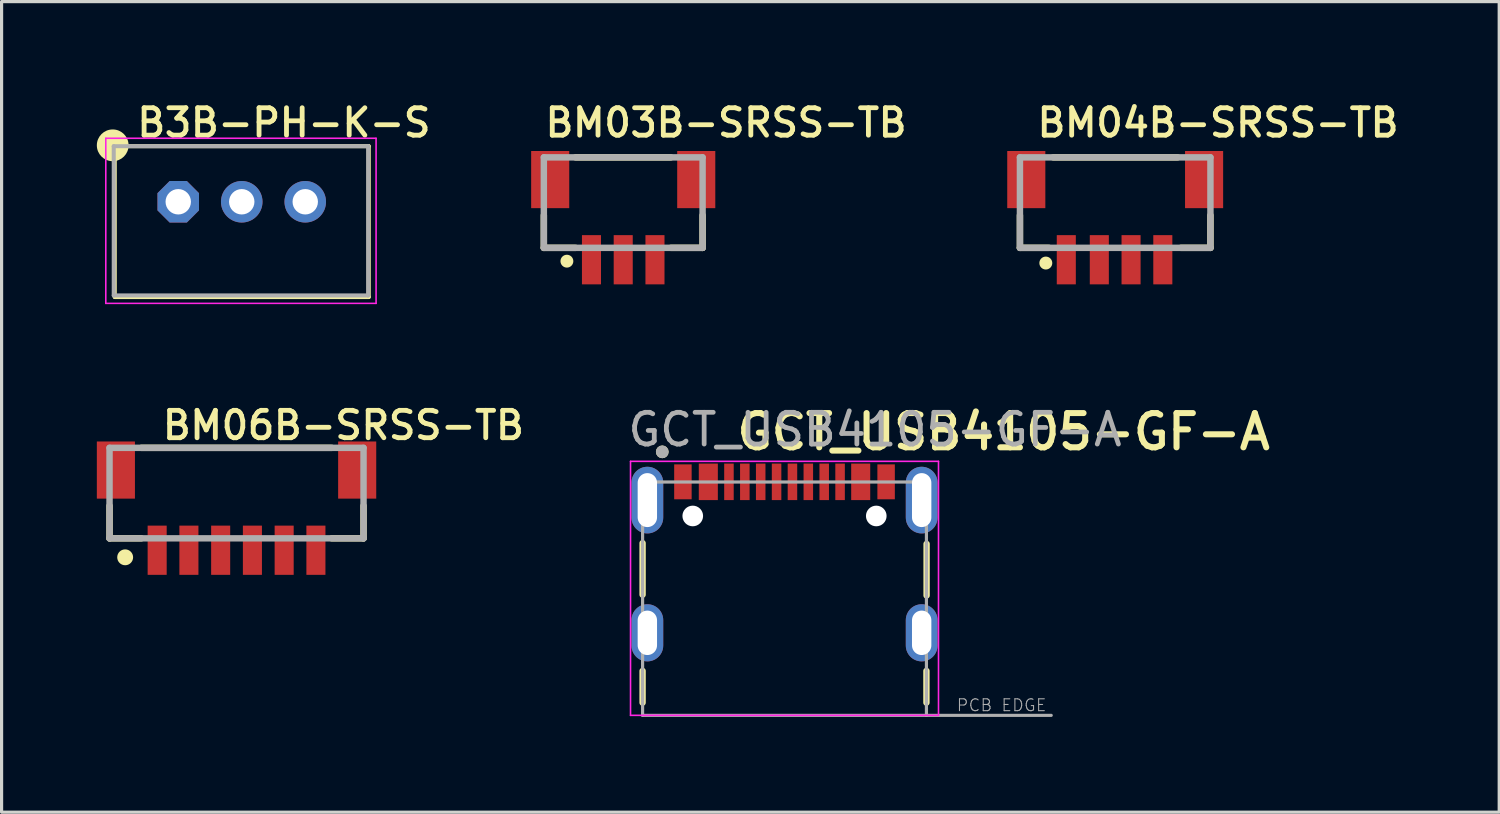
<source format=kicad_pcb>
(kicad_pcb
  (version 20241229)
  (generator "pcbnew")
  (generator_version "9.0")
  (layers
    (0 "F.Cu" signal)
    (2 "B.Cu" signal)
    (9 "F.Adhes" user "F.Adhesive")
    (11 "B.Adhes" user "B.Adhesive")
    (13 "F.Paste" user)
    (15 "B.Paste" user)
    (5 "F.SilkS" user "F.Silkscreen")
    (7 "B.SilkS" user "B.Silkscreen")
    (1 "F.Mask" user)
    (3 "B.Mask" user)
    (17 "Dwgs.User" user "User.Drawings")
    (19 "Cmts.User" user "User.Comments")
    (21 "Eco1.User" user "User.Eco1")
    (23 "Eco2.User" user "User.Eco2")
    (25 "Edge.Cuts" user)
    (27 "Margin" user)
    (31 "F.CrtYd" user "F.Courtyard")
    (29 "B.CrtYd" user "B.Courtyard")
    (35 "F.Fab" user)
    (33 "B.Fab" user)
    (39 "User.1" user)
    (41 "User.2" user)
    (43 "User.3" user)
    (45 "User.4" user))
  (footprint "BM04B-SRSS-TB"
    (layer "F.Cu")
    (at 32.074 5.131)
    (property "Reference" "BM04B-SRSS-TB" (at -2.54 -3.81 0) (unlocked yes) (layer "F.SilkS") (effects (font (size 0.864 0.864) (thickness 0.152)) (justify left bottom)))
    (fp_line (start -3 -0.375) (end -3 -1.4) (stroke (width 0.203) (type solid)) (layer "F.SilkS"))
    (fp_line (start -2.085 -0.375) (end -3 -0.375) (stroke (width 0.203) (type solid)) (layer "F.SilkS"))
    (fp_line (start -1.95 -3.225) (end 1.965 -3.225) (stroke (width 0.203) (type solid)) (layer "F.SilkS"))
    (fp_line (start 3 -1.4) (end 3 -0.375) (stroke (width 0.203) (type solid)) (layer "F.SilkS"))
    (fp_line (start 3 -0.375) (end 2.068 -0.375) (stroke (width 0.203) (type solid)) (layer "F.SilkS"))
    (fp_circle (center -2.185 0.104) (end -2.083 0.104) (stroke (width 0.203) (type solid)) (fill yes) (layer "F.SilkS"))
    (fp_line (start -3 -3.225) (end 3 -3.225) (stroke (width 0.203) (type solid)) (layer "F.Fab"))
    (fp_line (start -3 -0.375) (end -3 -3.225) (stroke (width 0.203) (type solid)) (layer "F.Fab"))
    (fp_line (start 3 -3.225) (end 3 -0.375) (stroke (width 0.203) (type solid)) (layer "F.Fab"))
    (fp_line (start 3 -0.375) (end -3 -0.375) (stroke (width 0.203) (type solid)) (layer "F.Fab"))
    (pad "0" smd rect (at -2.8 -2.525) (size 1.2 1.8) (layers "F.Cu" "F.Mask" "F.Paste"))
    (pad "1" smd rect (at -1.54 0) (size 0.6 1.55) (layers "F.Cu" "F.Mask" "F.Paste"))
    (pad "2" smd rect (at -0.5 0) (size 0.6 1.55) (layers "F.Cu" "F.Mask" "F.Paste"))
    (pad "3" smd rect (at 0.5 0) (size 0.6 1.55) (layers "F.Cu" "F.Mask" "F.Paste"))
    (pad "4" smd rect (at 1.5 0) (size 0.6 1.55) (layers "F.Cu" "F.Mask" "F.Paste"))
    (pad "5" smd rect (at 2.8 -2.525) (size 1.2 1.8) (layers "F.Cu" "F.Mask" "F.Paste")))
  (footprint "BM06B-SRSS-TB"
    (layer "F.Cu")
    (at 4.4 14.28)
    (property "Reference" "BM06B-SRSS-TB" (at -2.413 -3.429 0) (unlocked yes) (layer "F.SilkS") (effects (font (size 0.864 0.864) (thickness 0.152)) (justify left bottom)))
    (fp_line (start -4 -0.375) (end -4 -1.4) (stroke (width 0.203) (type solid)) (layer "F.SilkS"))
    (fp_line (start -3 -3.225) (end 3 -3.225) (stroke (width 0.203) (type solid)) (layer "F.SilkS"))
    (fp_line (start -3 -0.375) (end -4 -0.375) (stroke (width 0.203) (type solid)) (layer "F.SilkS"))
    (fp_line (start 4 -1.4) (end 4 -0.375) (stroke (width 0.203) (type solid)) (layer "F.SilkS"))
    (fp_line (start 4 -0.375) (end 3 -0.375) (stroke (width 0.203) (type solid)) (layer "F.SilkS"))
    (fp_circle (center -3.508 0.223) (end -3.383 0.223) (stroke (width 0.25) (type solid)) (fill yes) (layer "F.SilkS"))
    (fp_line (start -4 -3.225) (end 4 -3.225) (stroke (width 0.203) (type solid)) (layer "F.Fab"))
    (fp_line (start -4 -0.375) (end -4 -3.225) (stroke (width 0.203) (type solid)) (layer "F.Fab"))
    (fp_line (start 4 -3.225) (end 4 -0.375) (stroke (width 0.203) (type solid)) (layer "F.Fab"))
    (fp_line (start 4 -0.375) (end -4 -0.375) (stroke (width 0.203) (type solid)) (layer "F.Fab"))
    (pad "0" smd rect (at -3.8 -2.525) (size 1.2 1.8) (layers "F.Cu" "F.Mask" "F.Paste"))
    (pad "1" smd rect (at -2.5 0) (size 0.6 1.55) (layers "F.Cu" "F.Mask" "F.Paste"))
    (pad "2" smd rect (at -1.5 0) (size 0.6 1.55) (layers "F.Cu" "F.Mask" "F.Paste"))
    (pad "3" smd rect (at -0.5 0) (size 0.6 1.55) (layers "F.Cu" "F.Mask" "F.Paste"))
    (pad "4" smd rect (at 0.5 0) (size 0.6 1.55) (layers "F.Cu" "F.Mask" "F.Paste"))
    (pad "5" smd rect (at 1.5 0) (size 0.6 1.55) (layers "F.Cu" "F.Mask" "F.Paste"))
    (pad "6" smd rect (at 2.5 0) (size 0.6 1.55) (layers "F.Cu" "F.Mask" "F.Paste"))
    (pad "7" smd rect (at 3.8 -2.525) (size 1.2 1.8) (layers "F.Cu" "F.Mask" "F.Paste")))
  (footprint "GCT_USB4105-GF-A"
    (layer "F.Cu")
    (at 21.659 16.881)
    (property "Reference" "GCT_USB4105-GF-A" (at -1.6 -5.7 0) (unlocked yes) (layer "F.SilkS") (effects (font (size 1.079 1.079) (thickness 0.191)) (justify left bottom)))
    (fp_line (start -4.47 -2.825) (end -4.47 -1.2) (stroke (width 0.2) (type solid)) (layer "F.SilkS"))
    (fp_line (start -4.47 1.2) (end -4.47 2.2) (stroke (width 0.2) (type solid)) (layer "F.SilkS"))
    (fp_line (start 4.47 2.2) (end 4.47 1.2) (stroke (width 0.2) (type solid)) (layer "F.SilkS"))
    (fp_line (start 4.475 -2.8) (end 4.475 -1.175) (stroke (width 0.2) (type solid)) (layer "F.SilkS"))
    (fp_circle (center -3.85 -5.7) (end -3.75 -5.7) (stroke (width 0.2) (type solid)) (fill no) (layer "F.SilkS"))
    (fp_line (start -4.85 -5.4) (end -4.85 2.6) (stroke (width 0.05) (type solid)) (layer "F.CrtYd"))
    (fp_line (start -4.85 2.6) (end 4.85 2.6) (stroke (width 0.05) (type solid)) (layer "F.CrtYd"))
    (fp_line (start 4.85 -5.4) (end -4.85 -5.4) (stroke (width 0.05) (type solid)) (layer "F.CrtYd"))
    (fp_line (start 4.85 2.6) (end 4.85 -5.4) (stroke (width 0.05) (type solid)) (layer "F.CrtYd"))
    (fp_line (start -4.47 -4.75) (end 4.47 -4.75) (stroke (width 0.1) (type solid)) (layer "F.Fab"))
    (fp_line (start -4.47 2.6) (end -4.47 -4.75) (stroke (width 0.1) (type solid)) (layer "F.Fab"))
    (fp_line (start 4.47 -4.75) (end 4.47 2.6) (stroke (width 0.1) (type solid)) (layer "F.Fab"))
    (fp_line (start 4.47 2.6) (end -4.47 2.6) (stroke (width 0.1) (type solid)) (layer "F.Fab"))
    (fp_line (start 4.47 2.6) (end 8.4 2.6) (stroke (width 0.1) (type solid)) (layer "F.Fab"))
    (fp_circle (center -3.85 -5.7) (end -3.75 -5.7) (stroke (width 0.2) (type solid)) (fill no) (layer "F.Fab"))
    (fp_text user "PCB EDGE" (at 5.4 2.5 0) (unlocked yes) (layer "F.Fab") (effects (font (size 0.374 0.374) (thickness 0.033)) (justify left bottom)))
    (fp_text user "${REFERENCE}" (at 2.85 -6.4 0) (layer "F.Fab") (effects (font (size 1 1) (thickness 0.15))))
    (pad "" np_thru_hole circle (at -2.89 -3.68) (size 0.65 0.65) (drill 0.65) (layers "*.Cu" "*.Mask"))
    (pad "" np_thru_hole circle (at 2.89 -3.68) (size 0.65 0.65) (drill 0.65) (layers "*.Cu" "*.Mask"))
    (pad "A1B12" smd rect (at -3.2 -4.755) (size 0.55 1.1) (layers "F.Cu" "F.Mask" "F.Paste"))
    (pad "A4B9" smd rect (at -2.4 -4.755) (size 0.6 1.15) (layers "F.Cu" "F.Mask" "F.Paste"))
    (pad "A5" smd rect (at -1.25 -4.755) (size 0.3 1.15) (layers "F.Cu" "F.Mask" "F.Paste"))
    (pad "A6" smd rect (at -0.25 -4.755) (size 0.3 1.15) (layers "F.Cu" "F.Mask" "F.Paste"))
    (pad "A7" smd rect (at 0.25 -4.755) (size 0.3 1.15) (layers "F.Cu" "F.Mask" "F.Paste"))
    (pad "A8" smd rect (at 1.25 -4.755) (size 0.3 1.15) (layers "F.Cu" "F.Mask" "F.Paste"))
    (pad "B1A12" smd rect (at 3.2 -4.755) (size 0.55 1.1) (layers "F.Cu" "F.Mask" "F.Paste"))
    (pad "B4A9" smd rect (at 2.4 -4.755) (size 0.6 1.15) (layers "F.Cu" "F.Mask" "F.Paste"))
    (pad "B5" smd rect (at 1.75 -4.755) (size 0.3 1.15) (layers "F.Cu" "F.Mask" "F.Paste"))
    (pad "B6" smd rect (at 0.75 -4.755) (size 0.3 1.15) (layers "F.Cu" "F.Mask" "F.Paste"))
    (pad "B7" smd rect (at -0.75 -4.755) (size 0.3 1.15) (layers "F.Cu" "F.Mask" "F.Paste"))
    (pad "B8" smd rect (at -1.75 -4.755) (size 0.3 1.15) (layers "F.Cu" "F.Mask" "F.Paste"))
    (pad "S1" thru_hole oval (at -4.32 -4.18) (size 1 2.1) (drill oval 0.61 1.7) (property pad_prop_heatsink) (layers "*.Cu" "*.Mask" "F.Paste"))
    (pad "S1" thru_hole oval (at -4.32 0) (size 1 1.8) (drill oval 0.61 1.4) (property pad_prop_heatsink) (layers "*.Cu" "*.Mask" "F.Paste"))
    (pad "S1" thru_hole oval (at 4.32 -4.18) (size 1 2.1) (drill oval 0.61 1.7) (property pad_prop_heatsink) (layers "*.Cu" "*.Mask" "F.Paste"))
    (pad "S1" thru_hole oval (at 4.32 0) (size 1 1.8) (drill oval 0.61 1.4) (property pad_prop_heatsink) (layers "*.Cu" "*.Mask" "F.Paste")))
  (footprint "B3B-PH-K-S"
    (layer "F.Cu")
    (at 4.564 3.305)
    (property "Reference" "B3B-PH-K-S" (at -3.381 -1.984 0) (unlocked yes) (layer "F.SilkS") (effects (font (size 0.864 0.864) (thickness 0.152)) (justify left bottom)))
    (fp_line (start -4 3) (end -4 -1.75) (stroke (width 0.127) (type solid)) (layer "F.SilkS"))
    (fp_line (start 4 -1.75) (end -4 -1.75) (stroke (width 0.127) (type solid)) (layer "F.SilkS"))
    (fp_line (start 4 -1.75) (end 4 3) (stroke (width 0.127) (type solid)) (layer "F.SilkS"))
    (fp_line (start 4 3) (end -4 3) (stroke (width 0.127) (type solid)) (layer "F.SilkS"))
    (fp_circle (center -4.064 -1.778) (end -3.814 -1.778) (stroke (width 0.5) (type solid)) (fill yes) (layer "F.SilkS"))
    (fp_line (start -4.282 -2) (end 4.231 -2) (stroke (width 0.05) (type solid)) (layer "F.CrtYd"))
    (fp_line (start -4.282 3.2) (end -4.282 -2) (stroke (width 0.05) (type solid)) (layer "F.CrtYd"))
    (fp_line (start 4.231 -2) (end 4.231 3.2) (stroke (width 0.05) (type solid)) (layer "F.CrtYd"))
    (fp_line (start 4.231 3.2) (end -4.282 3.2) (stroke (width 0.05) (type solid)) (layer "F.CrtYd"))
    (fp_line (start -4.032 -1.75) (end 3.981 -1.75) (stroke (width 0.127) (type solid)) (layer "F.Fab"))
    (fp_line (start -4.032 2.95) (end -4.032 -1.75) (stroke (width 0.127) (type solid)) (layer "F.Fab"))
    (fp_line (start -4.032 2.95) (end 3.981 2.95) (stroke (width 0.127) (type solid)) (layer "F.Fab"))
    (fp_line (start 3.981 -1.75) (end 3.981 2.95) (stroke (width 0.127) (type solid)) (layer "F.Fab"))
    (pad "1" thru_hole roundrect (at -2 0) (size 1.308 1.308) (drill 0.8) (layers "*.Cu" "*.Mask") (roundrect_rratio 0.25) (chamfer_ratio 0.293) (chamfer top_left top_right bottom_left bottom_right))
    (pad "2" thru_hole circle (at 0 0) (size 1.308 1.308) (drill 0.8) (layers "*.Cu" "*.Mask"))
    (pad "3" thru_hole circle (at 2 0) (size 1.308 1.308) (drill 0.8) (layers "*.Cu" "*.Mask")))
  (footprint "BM03B-SRSS-TB"
    (layer "F.Cu")
    (at 16.579 5.131)
    (property "Reference" "BM03B-SRSS-TB" (at -2.54 -3.81 0) (unlocked yes) (layer "F.SilkS") (effects (font (size 0.864 0.864) (thickness 0.152)) (justify left bottom)))
    (fp_line (start -2.5 -0.375) (end -2.5 -1.4) (stroke (width 0.203) (type solid)) (layer "F.SilkS"))
    (fp_line (start -1.5 -3.225) (end 1.5 -3.225) (stroke (width 0.203) (type solid)) (layer "F.SilkS"))
    (fp_line (start -1.5 -0.375) (end -2.5 -0.375) (stroke (width 0.203) (type solid)) (layer "F.SilkS"))
    (fp_line (start 2.5 -1.4) (end 2.5 -0.375) (stroke (width 0.203) (type solid)) (layer "F.SilkS"))
    (fp_line (start 2.5 -0.375) (end 1.5 -0.375) (stroke (width 0.203) (type solid)) (layer "F.SilkS"))
    (fp_circle (center -1.774 0.045) (end -1.673 0.045) (stroke (width 0.203) (type solid)) (fill yes) (layer "F.SilkS"))
    (fp_line (start -2.5 -3.225) (end 2.5 -3.225) (stroke (width 0.203) (type solid)) (layer "F.Fab"))
    (fp_line (start -2.5 -0.375) (end -2.5 -3.225) (stroke (width 0.203) (type solid)) (layer "F.Fab"))
    (fp_line (start 2.5 -3.225) (end 2.5 -0.375) (stroke (width 0.203) (type solid)) (layer "F.Fab"))
    (fp_line (start 2.5 -0.375) (end -2.5 -0.375) (stroke (width 0.203) (type solid)) (layer "F.Fab"))
    (pad "0" smd rect (at -2.3 -2.525) (size 1.2 1.8) (layers "F.Cu" "F.Mask" "F.Paste"))
    (pad "1" smd rect (at -1 0) (size 0.6 1.55) (layers "F.Cu" "F.Mask" "F.Paste"))
    (pad "2" smd rect (at 0 0) (size 0.6 1.55) (layers "F.Cu" "F.Mask" "F.Paste"))
    (pad "3" smd rect (at 1 0) (size 0.6 1.55) (layers "F.Cu" "F.Mask" "F.Paste"))
    (pad "4" smd rect (at 2.3 -2.525) (size 1.2 1.8) (layers "F.Cu" "F.Mask" "F.Paste")))
  (gr_rect
    (start -3 -3)
    (end 44.169 22.531)
    (stroke (width 0.1) (type default))
    (fill no)
    (layer "Edge.Cuts")))
</source>
